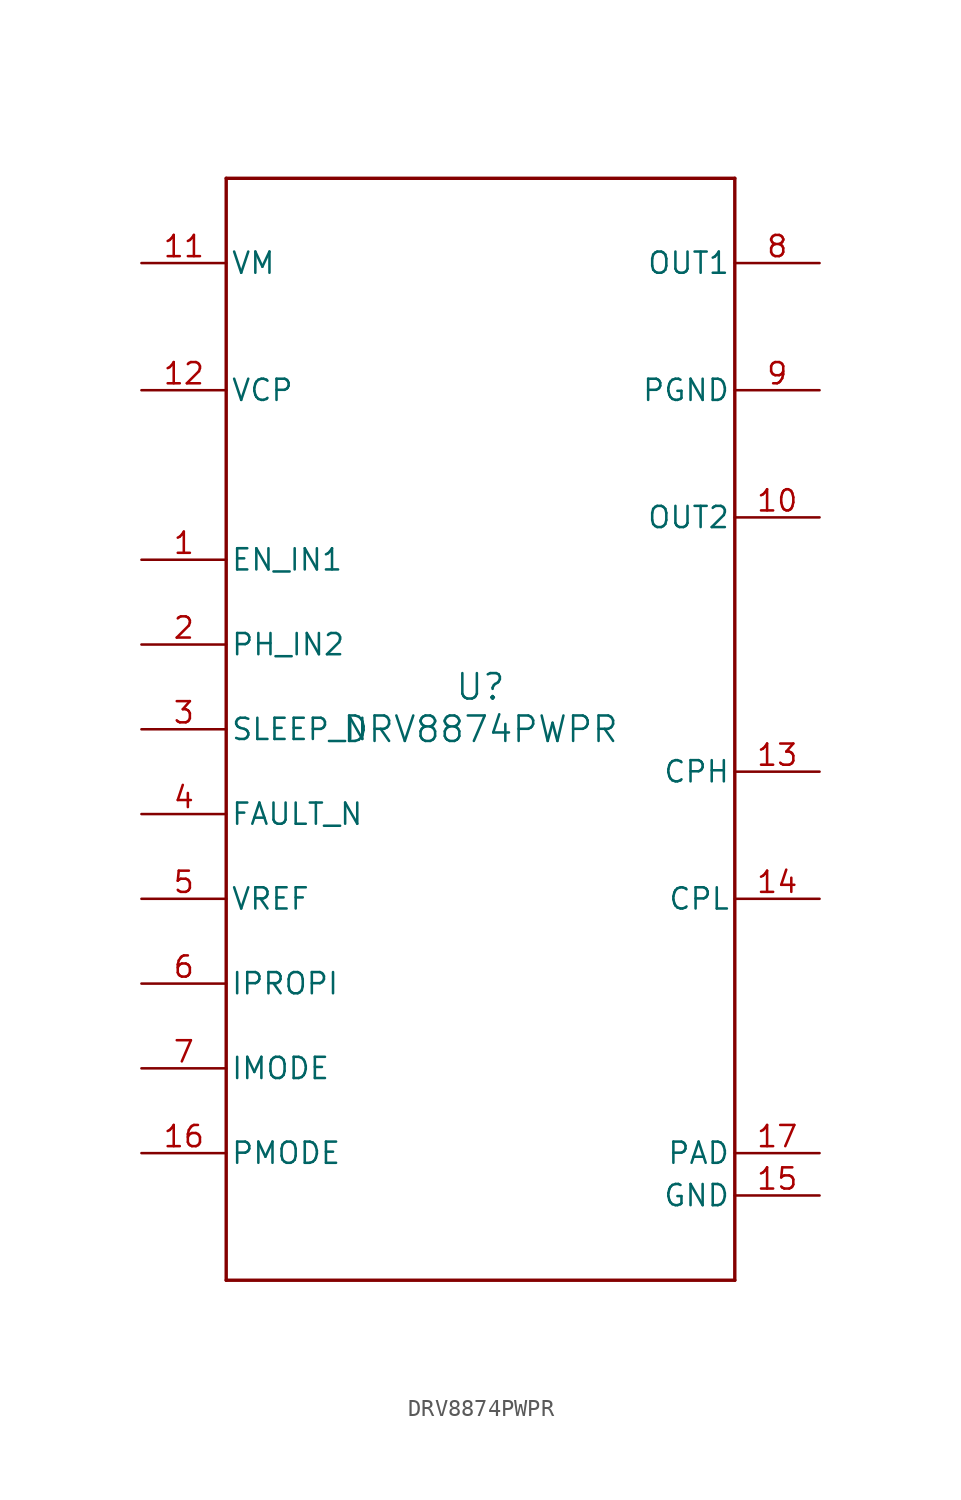
<source format=kicad_sym>
(kicad_symbol_lib
  (version 20211014)
  (generator kicad_symbol_editor)
  (symbol "DRV8874PWPR"
    (pin_names
      (offset 0.254))
    (property "Reference" "U"
      (at 0 2.54 0)
      (effects (font (size 1.524 1.524))))
    (property "Value" "DRV8874PWPR"
      (at 0 0 0)
      (effects (font (size 1.524 1.524))))
    (symbol "DRV8874PWPR_0_1"
      (polyline (pts (xy -15.24 -33.02) (xy 15.24 -33.02)) (stroke (width 0.203) (type default) (color 0 0 0 0)) (fill (type none)))
      (polyline (pts (xy 15.24 -33.02) (xy 15.24 33.02)) (stroke (width 0.203) (type default) (color 0 0 0 0)) (fill (type none)))
      (polyline (pts (xy 15.24 33.02) (xy -15.24 33.02)) (stroke (width 0.203) (type default) (color 0 0 0 0)) (fill (type none)))
      (polyline (pts (xy -15.24 33.02) (xy -15.24 -33.02)) (stroke (width 0.203) (type default) (color 0 0 0 0)) (fill (type none)))
      (pin input line (at -20.32 10.16 0) (length 5.08) (name "EN_IN1" (effects (font (size 1.27 1.27)))) (number "1" (effects (font (size 1.27 1.27)))))
      (pin input line (at -20.32 5.08 0) (length 5.08) (name "PH_IN2" (effects (font (size 1.27 1.27)))) (number "2" (effects (font (size 1.27 1.27)))))
      (pin input line (at -20.32 0 0) (length 5.08) (name "SLEEP_N" (effects (font (size 1.27 1.27)))) (number "3" (effects (font (size 1.27 1.27)))))
      (pin open_collector line (at -20.32 -5.08 0) (length 5.08) (name "FAULT_N" (effects (font (size 1.27 1.27)))) (number "4" (effects (font (size 1.27 1.27)))))
      (pin power_in line (at -20.32 -10.16 0) (length 5.08) (name "VREF" (effects (font (size 1.27 1.27)))) (number "5" (effects (font (size 1.27 1.27)))))
      (pin output line (at -20.32 -15.24 0) (length 5.08) (name "IPROPI" (effects (font (size 1.27 1.27)))) (number "6" (effects (font (size 1.27 1.27)))))
      (pin input line (at -20.32 -20.32 0) (length 5.08) (name "IMODE" (effects (font (size 1.27 1.27)))) (number "7" (effects (font (size 1.27 1.27)))))
      (pin output line (at 20.32 27.94 180) (length 5.08) (name "OUT1" (effects (font (size 1.27 1.27)))) (number "8" (effects (font (size 1.27 1.27)))))
      (pin power_in line (at 20.32 20.32 180) (length 5.08) (name "PGND" (effects (font (size 1.27 1.27)))) (number "9" (effects (font (size 1.27 1.27)))))
      (pin output line (at 20.32 12.7 180) (length 5.08) (name "OUT2" (effects (font (size 1.27 1.27)))) (number "10" (effects (font (size 1.27 1.27)))))
      (pin power_in line (at -20.32 27.94 0) (length 5.08) (name "VM" (effects (font (size 1.27 1.27)))) (number "11" (effects (font (size 1.27 1.27)))))
      (pin power_in line (at -20.32 20.32 0) (length 5.08) (name "VCP" (effects (font (size 1.27 1.27)))) (number "12" (effects (font (size 1.27 1.27)))))
      (pin power_in line (at 20.32 -2.54 180) (length 5.08) (name "CPH" (effects (font (size 1.27 1.27)))) (number "13" (effects (font (size 1.27 1.27)))))
      (pin power_in line (at 20.32 -10.16 180) (length 5.08) (name "CPL" (effects (font (size 1.27 1.27)))) (number "14" (effects (font (size 1.27 1.27)))))
      (pin power_in line (at 20.32 -27.94 180) (length 5.08) (name "GND" (effects (font (size 1.27 1.27)))) (number "15" (effects (font (size 1.27 1.27)))))
      (pin input line (at -20.32 -25.4 0) (length 5.08) (name "PMODE" (effects (font (size 1.27 1.27)))) (number "16" (effects (font (size 1.27 1.27)))))
      (pin power_in line (at 20.32 -25.4 180) (length 5.08) (name "PAD" (effects (font (size 1.27 1.27)))) (number "17" (effects (font (size 1.27 1.27))))))))
</source>
